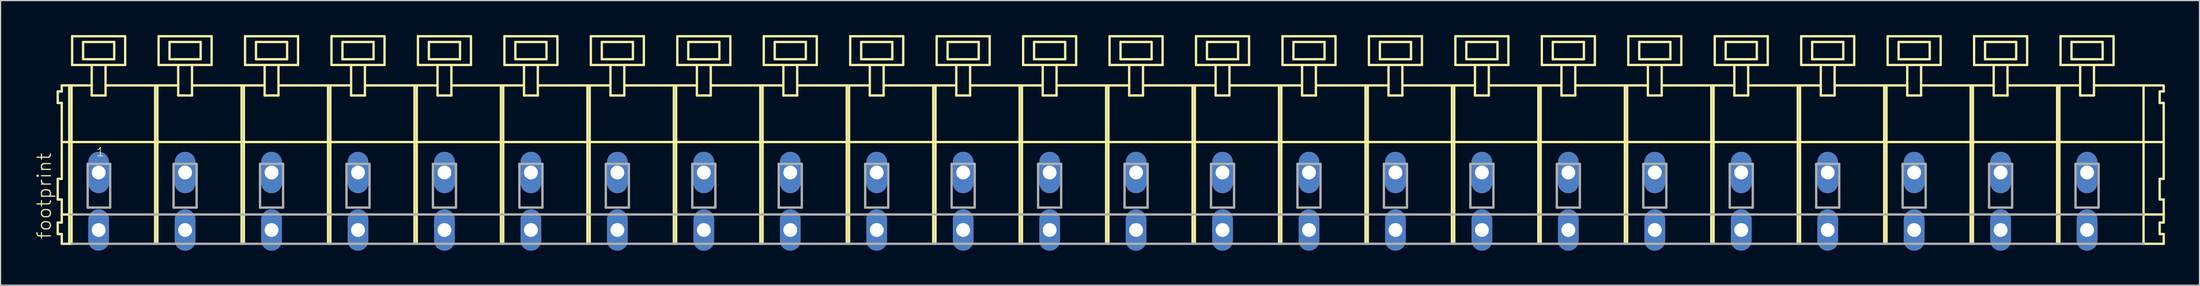
<source format=kicad_pcb>
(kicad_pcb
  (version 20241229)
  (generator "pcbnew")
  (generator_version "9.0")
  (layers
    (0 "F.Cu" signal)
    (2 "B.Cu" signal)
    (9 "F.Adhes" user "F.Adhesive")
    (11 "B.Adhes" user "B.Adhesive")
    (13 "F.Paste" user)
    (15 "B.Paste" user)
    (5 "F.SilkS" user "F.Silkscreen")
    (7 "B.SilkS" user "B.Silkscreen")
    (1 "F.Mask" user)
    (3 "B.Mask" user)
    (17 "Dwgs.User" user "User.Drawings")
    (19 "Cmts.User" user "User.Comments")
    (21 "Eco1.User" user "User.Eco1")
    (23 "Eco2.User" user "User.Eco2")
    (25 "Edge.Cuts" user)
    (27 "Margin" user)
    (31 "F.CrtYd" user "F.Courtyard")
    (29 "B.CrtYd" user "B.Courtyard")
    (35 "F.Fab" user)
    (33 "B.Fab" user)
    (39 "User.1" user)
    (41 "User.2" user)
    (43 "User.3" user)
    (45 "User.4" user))
  (footprint "footprint"
    (layer "F.Cu")
    (at 93.008 11.952)
    (property "Reference" "footprint" (at -91.535 5.855 90) (layer "F.SilkS") (effects (font (size 1.168 1.168) (thickness 0.102)) (justify left bottom)))
    (fp_line (start -91.05 -7.05) (end -91.05 -6.05) (stroke (width 0.203) (type solid)) (layer "F.SilkS"))
    (fp_line (start -91.05 -6.05) (end -90.7 -6.05) (stroke (width 0.203) (type solid)) (layer "F.SilkS"))
    (fp_line (start -91.05 0.55) (end -91.05 2.35) (stroke (width 0.203) (type solid)) (layer "F.SilkS"))
    (fp_line (start -91.05 2.35) (end -90.7 2.35) (stroke (width 0.203) (type solid)) (layer "F.SilkS"))
    (fp_line (start -91.05 4.35) (end -91.05 5.35) (stroke (width 0.203) (type solid)) (layer "F.SilkS"))
    (fp_line (start -91.05 5.35) (end -90.7 5.35) (stroke (width 0.203) (type solid)) (layer "F.SilkS"))
    (fp_line (start -90.7 -7.575) (end -90.7 -7.05) (stroke (width 0.203) (type solid)) (layer "F.SilkS"))
    (fp_line (start -90.7 -7.575) (end -88.125 -7.575) (stroke (width 0.203) (type solid)) (layer "F.SilkS"))
    (fp_line (start -90.7 -7.05) (end -91.05 -7.05) (stroke (width 0.203) (type solid)) (layer "F.SilkS"))
    (fp_line (start -90.7 -6.05) (end -90.7 0.55) (stroke (width 0.203) (type solid)) (layer "F.SilkS"))
    (fp_line (start -90.7 0.55) (end -91.05 0.55) (stroke (width 0.203) (type solid)) (layer "F.SilkS"))
    (fp_line (start -90.7 2.35) (end -90.7 4.35) (stroke (width 0.203) (type solid)) (layer "F.SilkS"))
    (fp_line (start -90.7 3.65) (end -90 3.65) (stroke (width 0.203) (type solid)) (layer "F.SilkS"))
    (fp_line (start -90.7 4.35) (end -91.05 4.35) (stroke (width 0.203) (type solid)) (layer "F.SilkS"))
    (fp_line (start -90.7 5.35) (end -90.7 6.2) (stroke (width 0.203) (type solid)) (layer "F.SilkS"))
    (fp_line (start -90.7 6.2) (end -90.05 6.2) (stroke (width 0.203) (type solid)) (layer "F.SilkS"))
    (fp_line (start -90.65 -2.65) (end 91.6 -2.65) (stroke (width 0.203) (type solid)) (layer "F.SilkS"))
    (fp_line (start -90.05 -7.55) (end -90.05 6.2) (stroke (width 0.203) (type solid)) (layer "F.SilkS"))
    (fp_line (start -90.05 6.2) (end -89.85 6.2) (stroke (width 0.203) (type solid)) (layer "F.SilkS"))
    (fp_line (start -89.85 -7.55) (end -89.85 6.2) (stroke (width 0.203) (type solid)) (layer "F.SilkS"))
    (fp_line (start -89.8 -11.85) (end -89.8 -9.35) (stroke (width 0.203) (type solid)) (layer "F.SilkS"))
    (fp_line (start -89.8 -9.35) (end -88.1 -9.35) (stroke (width 0.203) (type solid)) (layer "F.SilkS"))
    (fp_line (start -88.85 -11.35) (end -88.85 -9.85) (stroke (width 0.203) (type solid)) (layer "F.SilkS"))
    (fp_line (start -88.85 -9.85) (end -86.15 -9.85) (stroke (width 0.203) (type solid)) (layer "F.SilkS"))
    (fp_line (start -88.1 -9.35) (end -88.1 -6.7) (stroke (width 0.203) (type solid)) (layer "F.SilkS"))
    (fp_line (start -88.1 -9.35) (end -86.9 -9.35) (stroke (width 0.203) (type solid)) (layer "F.SilkS"))
    (fp_line (start -88.1 -6.7) (end -86.9 -6.7) (stroke (width 0.203) (type solid)) (layer "F.SilkS"))
    (fp_line (start -86.9 -9.35) (end -85.2 -9.35) (stroke (width 0.203) (type solid)) (layer "F.SilkS"))
    (fp_line (start -86.9 -6.7) (end -86.9 -9.35) (stroke (width 0.203) (type solid)) (layer "F.SilkS"))
    (fp_line (start -86.825 -7.575) (end -80.625 -7.575) (stroke (width 0.203) (type solid)) (layer "F.SilkS"))
    (fp_line (start -86.15 -11.35) (end -88.85 -11.35) (stroke (width 0.203) (type solid)) (layer "F.SilkS"))
    (fp_line (start -86.15 -9.85) (end -86.15 -11.35) (stroke (width 0.203) (type solid)) (layer "F.SilkS"))
    (fp_line (start -85.2 -11.85) (end -89.8 -11.85) (stroke (width 0.203) (type solid)) (layer "F.SilkS"))
    (fp_line (start -85.2 -9.35) (end -85.2 -11.85) (stroke (width 0.203) (type solid)) (layer "F.SilkS"))
    (fp_line (start -82.6 -7.55) (end -82.6 6.2) (stroke (width 0.203) (type solid)) (layer "F.SilkS"))
    (fp_line (start -82.4 -7.55) (end -82.4 6.2) (stroke (width 0.203) (type solid)) (layer "F.SilkS"))
    (fp_line (start -82.3 -11.85) (end -82.3 -9.35) (stroke (width 0.203) (type solid)) (layer "F.SilkS"))
    (fp_line (start -82.3 -9.35) (end -80.6 -9.35) (stroke (width 0.203) (type solid)) (layer "F.SilkS"))
    (fp_line (start -81.35 -11.35) (end -81.35 -9.85) (stroke (width 0.203) (type solid)) (layer "F.SilkS"))
    (fp_line (start -81.35 -9.85) (end -78.65 -9.85) (stroke (width 0.203) (type solid)) (layer "F.SilkS"))
    (fp_line (start -80.6 -9.35) (end -80.6 -6.7) (stroke (width 0.203) (type solid)) (layer "F.SilkS"))
    (fp_line (start -80.6 -9.35) (end -79.4 -9.35) (stroke (width 0.203) (type solid)) (layer "F.SilkS"))
    (fp_line (start -80.6 -6.7) (end -79.4 -6.7) (stroke (width 0.203) (type solid)) (layer "F.SilkS"))
    (fp_line (start -79.4 -9.35) (end -77.7 -9.35) (stroke (width 0.203) (type solid)) (layer "F.SilkS"))
    (fp_line (start -79.4 -6.7) (end -79.4 -9.35) (stroke (width 0.203) (type solid)) (layer "F.SilkS"))
    (fp_line (start -79.325 -7.575) (end -73.125 -7.575) (stroke (width 0.203) (type solid)) (layer "F.SilkS"))
    (fp_line (start -78.65 -11.35) (end -81.35 -11.35) (stroke (width 0.203) (type solid)) (layer "F.SilkS"))
    (fp_line (start -78.65 -9.85) (end -78.65 -11.35) (stroke (width 0.203) (type solid)) (layer "F.SilkS"))
    (fp_line (start -77.7 -11.85) (end -82.3 -11.85) (stroke (width 0.203) (type solid)) (layer "F.SilkS"))
    (fp_line (start -77.7 -9.35) (end -77.7 -11.85) (stroke (width 0.203) (type solid)) (layer "F.SilkS"))
    (fp_line (start -75.1 -7.55) (end -75.1 6.2) (stroke (width 0.203) (type solid)) (layer "F.SilkS"))
    (fp_line (start -74.9 -7.55) (end -74.9 6.2) (stroke (width 0.203) (type solid)) (layer "F.SilkS"))
    (fp_line (start -74.8 -11.85) (end -74.8 -9.35) (stroke (width 0.203) (type solid)) (layer "F.SilkS"))
    (fp_line (start -74.8 -9.35) (end -73.1 -9.35) (stroke (width 0.203) (type solid)) (layer "F.SilkS"))
    (fp_line (start -73.85 -11.35) (end -73.85 -9.85) (stroke (width 0.203) (type solid)) (layer "F.SilkS"))
    (fp_line (start -73.85 -9.85) (end -71.15 -9.85) (stroke (width 0.203) (type solid)) (layer "F.SilkS"))
    (fp_line (start -73.1 -9.35) (end -73.1 -6.7) (stroke (width 0.203) (type solid)) (layer "F.SilkS"))
    (fp_line (start -73.1 -9.35) (end -71.9 -9.35) (stroke (width 0.203) (type solid)) (layer "F.SilkS"))
    (fp_line (start -73.1 -6.7) (end -71.9 -6.7) (stroke (width 0.203) (type solid)) (layer "F.SilkS"))
    (fp_line (start -71.9 -9.35) (end -70.2 -9.35) (stroke (width 0.203) (type solid)) (layer "F.SilkS"))
    (fp_line (start -71.9 -6.7) (end -71.9 -9.35) (stroke (width 0.203) (type solid)) (layer "F.SilkS"))
    (fp_line (start -71.825 -7.575) (end -65.625 -7.575) (stroke (width 0.203) (type solid)) (layer "F.SilkS"))
    (fp_line (start -71.15 -11.35) (end -73.85 -11.35) (stroke (width 0.203) (type solid)) (layer "F.SilkS"))
    (fp_line (start -71.15 -9.85) (end -71.15 -11.35) (stroke (width 0.203) (type solid)) (layer "F.SilkS"))
    (fp_line (start -70.2 -11.85) (end -74.8 -11.85) (stroke (width 0.203) (type solid)) (layer "F.SilkS"))
    (fp_line (start -70.2 -9.35) (end -70.2 -11.85) (stroke (width 0.203) (type solid)) (layer "F.SilkS"))
    (fp_line (start -67.6 -7.55) (end -67.6 6.2) (stroke (width 0.203) (type solid)) (layer "F.SilkS"))
    (fp_line (start -67.4 -7.55) (end -67.4 6.2) (stroke (width 0.203) (type solid)) (layer "F.SilkS"))
    (fp_line (start -67.3 -11.85) (end -67.3 -9.35) (stroke (width 0.203) (type solid)) (layer "F.SilkS"))
    (fp_line (start -67.3 -9.35) (end -65.6 -9.35) (stroke (width 0.203) (type solid)) (layer "F.SilkS"))
    (fp_line (start -66.35 -11.35) (end -66.35 -9.85) (stroke (width 0.203) (type solid)) (layer "F.SilkS"))
    (fp_line (start -66.35 -9.85) (end -63.65 -9.85) (stroke (width 0.203) (type solid)) (layer "F.SilkS"))
    (fp_line (start -65.6 -9.35) (end -65.6 -6.7) (stroke (width 0.203) (type solid)) (layer "F.SilkS"))
    (fp_line (start -65.6 -9.35) (end -64.4 -9.35) (stroke (width 0.203) (type solid)) (layer "F.SilkS"))
    (fp_line (start -65.6 -6.7) (end -64.4 -6.7) (stroke (width 0.203) (type solid)) (layer "F.SilkS"))
    (fp_line (start -64.4 -9.35) (end -62.7 -9.35) (stroke (width 0.203) (type solid)) (layer "F.SilkS"))
    (fp_line (start -64.4 -6.7) (end -64.4 -9.35) (stroke (width 0.203) (type solid)) (layer "F.SilkS"))
    (fp_line (start -64.325 -7.575) (end -58.125 -7.575) (stroke (width 0.203) (type solid)) (layer "F.SilkS"))
    (fp_line (start -63.65 -11.35) (end -66.35 -11.35) (stroke (width 0.203) (type solid)) (layer "F.SilkS"))
    (fp_line (start -63.65 -9.85) (end -63.65 -11.35) (stroke (width 0.203) (type solid)) (layer "F.SilkS"))
    (fp_line (start -62.7 -11.85) (end -67.3 -11.85) (stroke (width 0.203) (type solid)) (layer "F.SilkS"))
    (fp_line (start -62.7 -9.35) (end -62.7 -11.85) (stroke (width 0.203) (type solid)) (layer "F.SilkS"))
    (fp_line (start -60.1 -7.55) (end -60.1 6.2) (stroke (width 0.203) (type solid)) (layer "F.SilkS"))
    (fp_line (start -59.9 -7.55) (end -59.9 6.2) (stroke (width 0.203) (type solid)) (layer "F.SilkS"))
    (fp_line (start -59.8 -11.85) (end -59.8 -9.35) (stroke (width 0.203) (type solid)) (layer "F.SilkS"))
    (fp_line (start -59.8 -9.35) (end -58.1 -9.35) (stroke (width 0.203) (type solid)) (layer "F.SilkS"))
    (fp_line (start -58.85 -11.35) (end -58.85 -9.85) (stroke (width 0.203) (type solid)) (layer "F.SilkS"))
    (fp_line (start -58.85 -9.85) (end -56.15 -9.85) (stroke (width 0.203) (type solid)) (layer "F.SilkS"))
    (fp_line (start -58.1 -9.35) (end -58.1 -6.7) (stroke (width 0.203) (type solid)) (layer "F.SilkS"))
    (fp_line (start -58.1 -9.35) (end -56.9 -9.35) (stroke (width 0.203) (type solid)) (layer "F.SilkS"))
    (fp_line (start -58.1 -6.7) (end -56.9 -6.7) (stroke (width 0.203) (type solid)) (layer "F.SilkS"))
    (fp_line (start -56.9 -9.35) (end -55.2 -9.35) (stroke (width 0.203) (type solid)) (layer "F.SilkS"))
    (fp_line (start -56.9 -6.7) (end -56.9 -9.35) (stroke (width 0.203) (type solid)) (layer "F.SilkS"))
    (fp_line (start -56.825 -7.575) (end -50.625 -7.575) (stroke (width 0.203) (type solid)) (layer "F.SilkS"))
    (fp_line (start -56.15 -11.35) (end -58.85 -11.35) (stroke (width 0.203) (type solid)) (layer "F.SilkS"))
    (fp_line (start -56.15 -9.85) (end -56.15 -11.35) (stroke (width 0.203) (type solid)) (layer "F.SilkS"))
    (fp_line (start -55.2 -11.85) (end -59.8 -11.85) (stroke (width 0.203) (type solid)) (layer "F.SilkS"))
    (fp_line (start -55.2 -9.35) (end -55.2 -11.85) (stroke (width 0.203) (type solid)) (layer "F.SilkS"))
    (fp_line (start -52.6 -7.55) (end -52.6 6.2) (stroke (width 0.203) (type solid)) (layer "F.SilkS"))
    (fp_line (start -52.4 -7.55) (end -52.4 6.2) (stroke (width 0.203) (type solid)) (layer "F.SilkS"))
    (fp_line (start -52.3 -11.85) (end -52.3 -9.35) (stroke (width 0.203) (type solid)) (layer "F.SilkS"))
    (fp_line (start -52.3 -9.35) (end -50.6 -9.35) (stroke (width 0.203) (type solid)) (layer "F.SilkS"))
    (fp_line (start -51.35 -11.35) (end -51.35 -9.85) (stroke (width 0.203) (type solid)) (layer "F.SilkS"))
    (fp_line (start -51.35 -9.85) (end -48.65 -9.85) (stroke (width 0.203) (type solid)) (layer "F.SilkS"))
    (fp_line (start -50.6 -9.35) (end -50.6 -6.7) (stroke (width 0.203) (type solid)) (layer "F.SilkS"))
    (fp_line (start -50.6 -9.35) (end -49.4 -9.35) (stroke (width 0.203) (type solid)) (layer "F.SilkS"))
    (fp_line (start -50.6 -6.7) (end -49.4 -6.7) (stroke (width 0.203) (type solid)) (layer "F.SilkS"))
    (fp_line (start -49.4 -9.35) (end -47.7 -9.35) (stroke (width 0.203) (type solid)) (layer "F.SilkS"))
    (fp_line (start -49.4 -6.7) (end -49.4 -9.35) (stroke (width 0.203) (type solid)) (layer "F.SilkS"))
    (fp_line (start -49.325 -7.575) (end -43.125 -7.575) (stroke (width 0.203) (type solid)) (layer "F.SilkS"))
    (fp_line (start -48.65 -11.35) (end -51.35 -11.35) (stroke (width 0.203) (type solid)) (layer "F.SilkS"))
    (fp_line (start -48.65 -9.85) (end -48.65 -11.35) (stroke (width 0.203) (type solid)) (layer "F.SilkS"))
    (fp_line (start -47.7 -11.85) (end -52.3 -11.85) (stroke (width 0.203) (type solid)) (layer "F.SilkS"))
    (fp_line (start -47.7 -9.35) (end -47.7 -11.85) (stroke (width 0.203) (type solid)) (layer "F.SilkS"))
    (fp_line (start -45.1 -7.55) (end -45.1 6.2) (stroke (width 0.203) (type solid)) (layer "F.SilkS"))
    (fp_line (start -44.9 -7.55) (end -44.9 6.2) (stroke (width 0.203) (type solid)) (layer "F.SilkS"))
    (fp_line (start -44.8 -11.85) (end -44.8 -9.35) (stroke (width 0.203) (type solid)) (layer "F.SilkS"))
    (fp_line (start -44.8 -9.35) (end -43.1 -9.35) (stroke (width 0.203) (type solid)) (layer "F.SilkS"))
    (fp_line (start -43.85 -11.35) (end -43.85 -9.85) (stroke (width 0.203) (type solid)) (layer "F.SilkS"))
    (fp_line (start -43.85 -9.85) (end -41.15 -9.85) (stroke (width 0.203) (type solid)) (layer "F.SilkS"))
    (fp_line (start -43.1 -9.35) (end -43.1 -6.7) (stroke (width 0.203) (type solid)) (layer "F.SilkS"))
    (fp_line (start -43.1 -9.35) (end -41.9 -9.35) (stroke (width 0.203) (type solid)) (layer "F.SilkS"))
    (fp_line (start -43.1 -6.7) (end -41.9 -6.7) (stroke (width 0.203) (type solid)) (layer "F.SilkS"))
    (fp_line (start -41.9 -9.35) (end -40.2 -9.35) (stroke (width 0.203) (type solid)) (layer "F.SilkS"))
    (fp_line (start -41.9 -6.7) (end -41.9 -9.35) (stroke (width 0.203) (type solid)) (layer "F.SilkS"))
    (fp_line (start -41.825 -7.575) (end -35.625 -7.575) (stroke (width 0.203) (type solid)) (layer "F.SilkS"))
    (fp_line (start -41.15 -11.35) (end -43.85 -11.35) (stroke (width 0.203) (type solid)) (layer "F.SilkS"))
    (fp_line (start -41.15 -9.85) (end -41.15 -11.35) (stroke (width 0.203) (type solid)) (layer "F.SilkS"))
    (fp_line (start -40.2 -11.85) (end -44.8 -11.85) (stroke (width 0.203) (type solid)) (layer "F.SilkS"))
    (fp_line (start -40.2 -9.35) (end -40.2 -11.85) (stroke (width 0.203) (type solid)) (layer "F.SilkS"))
    (fp_line (start -37.6 -7.55) (end -37.6 6.2) (stroke (width 0.203) (type solid)) (layer "F.SilkS"))
    (fp_line (start -37.4 -7.55) (end -37.4 6.2) (stroke (width 0.203) (type solid)) (layer "F.SilkS"))
    (fp_line (start -37.3 -11.85) (end -37.3 -9.35) (stroke (width 0.203) (type solid)) (layer "F.SilkS"))
    (fp_line (start -37.3 -9.35) (end -35.6 -9.35) (stroke (width 0.203) (type solid)) (layer "F.SilkS"))
    (fp_line (start -36.35 -11.35) (end -36.35 -9.85) (stroke (width 0.203) (type solid)) (layer "F.SilkS"))
    (fp_line (start -36.35 -9.85) (end -33.65 -9.85) (stroke (width 0.203) (type solid)) (layer "F.SilkS"))
    (fp_line (start -35.6 -9.35) (end -35.6 -6.7) (stroke (width 0.203) (type solid)) (layer "F.SilkS"))
    (fp_line (start -35.6 -9.35) (end -34.4 -9.35) (stroke (width 0.203) (type solid)) (layer "F.SilkS"))
    (fp_line (start -35.6 -6.7) (end -34.4 -6.7) (stroke (width 0.203) (type solid)) (layer "F.SilkS"))
    (fp_line (start -34.4 -9.35) (end -32.7 -9.35) (stroke (width 0.203) (type solid)) (layer "F.SilkS"))
    (fp_line (start -34.4 -6.7) (end -34.4 -9.35) (stroke (width 0.203) (type solid)) (layer "F.SilkS"))
    (fp_line (start -34.325 -7.575) (end -28.125 -7.575) (stroke (width 0.203) (type solid)) (layer "F.SilkS"))
    (fp_line (start -33.65 -11.35) (end -36.35 -11.35) (stroke (width 0.203) (type solid)) (layer "F.SilkS"))
    (fp_line (start -33.65 -9.85) (end -33.65 -11.35) (stroke (width 0.203) (type solid)) (layer "F.SilkS"))
    (fp_line (start -32.7 -11.85) (end -37.3 -11.85) (stroke (width 0.203) (type solid)) (layer "F.SilkS"))
    (fp_line (start -32.7 -9.35) (end -32.7 -11.85) (stroke (width 0.203) (type solid)) (layer "F.SilkS"))
    (fp_line (start -30.1 -7.55) (end -30.1 6.2) (stroke (width 0.203) (type solid)) (layer "F.SilkS"))
    (fp_line (start -29.9 -7.55) (end -29.9 6.2) (stroke (width 0.203) (type solid)) (layer "F.SilkS"))
    (fp_line (start -29.8 -11.85) (end -29.8 -9.35) (stroke (width 0.203) (type solid)) (layer "F.SilkS"))
    (fp_line (start -29.8 -9.35) (end -28.1 -9.35) (stroke (width 0.203) (type solid)) (layer "F.SilkS"))
    (fp_line (start -28.85 -11.35) (end -28.85 -9.85) (stroke (width 0.203) (type solid)) (layer "F.SilkS"))
    (fp_line (start -28.85 -9.85) (end -26.15 -9.85) (stroke (width 0.203) (type solid)) (layer "F.SilkS"))
    (fp_line (start -28.1 -9.35) (end -28.1 -6.7) (stroke (width 0.203) (type solid)) (layer "F.SilkS"))
    (fp_line (start -28.1 -9.35) (end -26.9 -9.35) (stroke (width 0.203) (type solid)) (layer "F.SilkS"))
    (fp_line (start -28.1 -6.7) (end -26.9 -6.7) (stroke (width 0.203) (type solid)) (layer "F.SilkS"))
    (fp_line (start -26.9 -9.35) (end -25.2 -9.35) (stroke (width 0.203) (type solid)) (layer "F.SilkS"))
    (fp_line (start -26.9 -6.7) (end -26.9 -9.35) (stroke (width 0.203) (type solid)) (layer "F.SilkS"))
    (fp_line (start -26.825 -7.575) (end -20.625 -7.575) (stroke (width 0.203) (type solid)) (layer "F.SilkS"))
    (fp_line (start -26.15 -11.35) (end -28.85 -11.35) (stroke (width 0.203) (type solid)) (layer "F.SilkS"))
    (fp_line (start -26.15 -9.85) (end -26.15 -11.35) (stroke (width 0.203) (type solid)) (layer "F.SilkS"))
    (fp_line (start -25.2 -11.85) (end -29.8 -11.85) (stroke (width 0.203) (type solid)) (layer "F.SilkS"))
    (fp_line (start -25.2 -9.35) (end -25.2 -11.85) (stroke (width 0.203) (type solid)) (layer "F.SilkS"))
    (fp_line (start -22.6 -7.55) (end -22.6 6.2) (stroke (width 0.203) (type solid)) (layer "F.SilkS"))
    (fp_line (start -22.4 -7.55) (end -22.4 6.2) (stroke (width 0.203) (type solid)) (layer "F.SilkS"))
    (fp_line (start -22.3 -11.85) (end -22.3 -9.35) (stroke (width 0.203) (type solid)) (layer "F.SilkS"))
    (fp_line (start -22.3 -9.35) (end -20.6 -9.35) (stroke (width 0.203) (type solid)) (layer "F.SilkS"))
    (fp_line (start -21.35 -11.35) (end -21.35 -9.85) (stroke (width 0.203) (type solid)) (layer "F.SilkS"))
    (fp_line (start -21.35 -9.85) (end -18.65 -9.85) (stroke (width 0.203) (type solid)) (layer "F.SilkS"))
    (fp_line (start -20.6 -9.35) (end -20.6 -6.7) (stroke (width 0.203) (type solid)) (layer "F.SilkS"))
    (fp_line (start -20.6 -9.35) (end -19.4 -9.35) (stroke (width 0.203) (type solid)) (layer "F.SilkS"))
    (fp_line (start -20.6 -6.7) (end -19.4 -6.7) (stroke (width 0.203) (type solid)) (layer "F.SilkS"))
    (fp_line (start -19.4 -9.35) (end -17.7 -9.35) (stroke (width 0.203) (type solid)) (layer "F.SilkS"))
    (fp_line (start -19.4 -6.7) (end -19.4 -9.35) (stroke (width 0.203) (type solid)) (layer "F.SilkS"))
    (fp_line (start -19.325 -7.575) (end -13.125 -7.575) (stroke (width 0.203) (type solid)) (layer "F.SilkS"))
    (fp_line (start -18.65 -11.35) (end -21.35 -11.35) (stroke (width 0.203) (type solid)) (layer "F.SilkS"))
    (fp_line (start -18.65 -9.85) (end -18.65 -11.35) (stroke (width 0.203) (type solid)) (layer "F.SilkS"))
    (fp_line (start -17.7 -11.85) (end -22.3 -11.85) (stroke (width 0.203) (type solid)) (layer "F.SilkS"))
    (fp_line (start -17.7 -9.35) (end -17.7 -11.85) (stroke (width 0.203) (type solid)) (layer "F.SilkS"))
    (fp_line (start -15.1 -7.55) (end -15.1 6.2) (stroke (width 0.203) (type solid)) (layer "F.SilkS"))
    (fp_line (start -14.9 -7.55) (end -14.9 6.2) (stroke (width 0.203) (type solid)) (layer "F.SilkS"))
    (fp_line (start -14.8 -11.85) (end -14.8 -9.35) (stroke (width 0.203) (type solid)) (layer "F.SilkS"))
    (fp_line (start -14.8 -9.35) (end -13.1 -9.35) (stroke (width 0.203) (type solid)) (layer "F.SilkS"))
    (fp_line (start -13.85 -11.35) (end -13.85 -9.85) (stroke (width 0.203) (type solid)) (layer "F.SilkS"))
    (fp_line (start -13.85 -9.85) (end -11.15 -9.85) (stroke (width 0.203) (type solid)) (layer "F.SilkS"))
    (fp_line (start -13.1 -9.35) (end -13.1 -6.7) (stroke (width 0.203) (type solid)) (layer "F.SilkS"))
    (fp_line (start -13.1 -9.35) (end -11.9 -9.35) (stroke (width 0.203) (type solid)) (layer "F.SilkS"))
    (fp_line (start -13.1 -6.7) (end -11.9 -6.7) (stroke (width 0.203) (type solid)) (layer "F.SilkS"))
    (fp_line (start -11.9 -9.35) (end -10.2 -9.35) (stroke (width 0.203) (type solid)) (layer "F.SilkS"))
    (fp_line (start -11.9 -6.7) (end -11.9 -9.35) (stroke (width 0.203) (type solid)) (layer "F.SilkS"))
    (fp_line (start -11.825 -7.575) (end -5.625 -7.575) (stroke (width 0.203) (type solid)) (layer "F.SilkS"))
    (fp_line (start -11.15 -11.35) (end -13.85 -11.35) (stroke (width 0.203) (type solid)) (layer "F.SilkS"))
    (fp_line (start -11.15 -9.85) (end -11.15 -11.35) (stroke (width 0.203) (type solid)) (layer "F.SilkS"))
    (fp_line (start -10.2 -11.85) (end -14.8 -11.85) (stroke (width 0.203) (type solid)) (layer "F.SilkS"))
    (fp_line (start -10.2 -9.35) (end -10.2 -11.85) (stroke (width 0.203) (type solid)) (layer "F.SilkS"))
    (fp_line (start -7.6 -7.55) (end -7.6 6.2) (stroke (width 0.203) (type solid)) (layer "F.SilkS"))
    (fp_line (start -7.4 -7.55) (end -7.4 6.2) (stroke (width 0.203) (type solid)) (layer "F.SilkS"))
    (fp_line (start -7.3 -11.85) (end -7.3 -9.35) (stroke (width 0.203) (type solid)) (layer "F.SilkS"))
    (fp_line (start -7.3 -9.35) (end -5.6 -9.35) (stroke (width 0.203) (type solid)) (layer "F.SilkS"))
    (fp_line (start -6.35 -11.35) (end -6.35 -9.85) (stroke (width 0.203) (type solid)) (layer "F.SilkS"))
    (fp_line (start -6.35 -9.85) (end -3.65 -9.85) (stroke (width 0.203) (type solid)) (layer "F.SilkS"))
    (fp_line (start -5.6 -9.35) (end -5.6 -6.7) (stroke (width 0.203) (type solid)) (layer "F.SilkS"))
    (fp_line (start -5.6 -9.35) (end -4.4 -9.35) (stroke (width 0.203) (type solid)) (layer "F.SilkS"))
    (fp_line (start -5.6 -6.7) (end -4.4 -6.7) (stroke (width 0.203) (type solid)) (layer "F.SilkS"))
    (fp_line (start -4.4 -9.35) (end -2.7 -9.35) (stroke (width 0.203) (type solid)) (layer "F.SilkS"))
    (fp_line (start -4.4 -6.7) (end -4.4 -9.35) (stroke (width 0.203) (type solid)) (layer "F.SilkS"))
    (fp_line (start -4.325 -7.575) (end 1.875 -7.575) (stroke (width 0.203) (type solid)) (layer "F.SilkS"))
    (fp_line (start -3.65 -11.35) (end -6.35 -11.35) (stroke (width 0.203) (type solid)) (layer "F.SilkS"))
    (fp_line (start -3.65 -9.85) (end -3.65 -11.35) (stroke (width 0.203) (type solid)) (layer "F.SilkS"))
    (fp_line (start -2.7 -11.85) (end -7.3 -11.85) (stroke (width 0.203) (type solid)) (layer "F.SilkS"))
    (fp_line (start -2.7 -9.35) (end -2.7 -11.85) (stroke (width 0.203) (type solid)) (layer "F.SilkS"))
    (fp_line (start -0.1 -7.55) (end -0.1 6.2) (stroke (width 0.203) (type solid)) (layer "F.SilkS"))
    (fp_line (start 0.1 -7.55) (end 0.1 6.2) (stroke (width 0.203) (type solid)) (layer "F.SilkS"))
    (fp_line (start 0.2 -11.85) (end 0.2 -9.35) (stroke (width 0.203) (type solid)) (layer "F.SilkS"))
    (fp_line (start 0.2 -9.35) (end 1.9 -9.35) (stroke (width 0.203) (type solid)) (layer "F.SilkS"))
    (fp_line (start 1.15 -11.35) (end 1.15 -9.85) (stroke (width 0.203) (type solid)) (layer "F.SilkS"))
    (fp_line (start 1.15 -9.85) (end 3.85 -9.85) (stroke (width 0.203) (type solid)) (layer "F.SilkS"))
    (fp_line (start 1.9 -9.35) (end 1.9 -6.7) (stroke (width 0.203) (type solid)) (layer "F.SilkS"))
    (fp_line (start 1.9 -9.35) (end 3.1 -9.35) (stroke (width 0.203) (type solid)) (layer "F.SilkS"))
    (fp_line (start 1.9 -6.7) (end 3.1 -6.7) (stroke (width 0.203) (type solid)) (layer "F.SilkS"))
    (fp_line (start 3.1 -9.35) (end 4.8 -9.35) (stroke (width 0.203) (type solid)) (layer "F.SilkS"))
    (fp_line (start 3.1 -6.7) (end 3.1 -9.35) (stroke (width 0.203) (type solid)) (layer "F.SilkS"))
    (fp_line (start 3.175 -7.575) (end 9.375 -7.575) (stroke (width 0.203) (type solid)) (layer "F.SilkS"))
    (fp_line (start 3.85 -11.35) (end 1.15 -11.35) (stroke (width 0.203) (type solid)) (layer "F.SilkS"))
    (fp_line (start 3.85 -9.85) (end 3.85 -11.35) (stroke (width 0.203) (type solid)) (layer "F.SilkS"))
    (fp_line (start 4.8 -11.85) (end 0.2 -11.85) (stroke (width 0.203) (type solid)) (layer "F.SilkS"))
    (fp_line (start 4.8 -9.35) (end 4.8 -11.85) (stroke (width 0.203) (type solid)) (layer "F.SilkS"))
    (fp_line (start 7.4 -7.55) (end 7.4 6.2) (stroke (width 0.203) (type solid)) (layer "F.SilkS"))
    (fp_line (start 7.6 -7.55) (end 7.6 6.2) (stroke (width 0.203) (type solid)) (layer "F.SilkS"))
    (fp_line (start 7.7 -11.85) (end 7.7 -9.35) (stroke (width 0.203) (type solid)) (layer "F.SilkS"))
    (fp_line (start 7.7 -9.35) (end 9.4 -9.35) (stroke (width 0.203) (type solid)) (layer "F.SilkS"))
    (fp_line (start 8.65 -11.35) (end 8.65 -9.85) (stroke (width 0.203) (type solid)) (layer "F.SilkS"))
    (fp_line (start 8.65 -9.85) (end 11.35 -9.85) (stroke (width 0.203) (type solid)) (layer "F.SilkS"))
    (fp_line (start 9.4 -9.35) (end 9.4 -6.7) (stroke (width 0.203) (type solid)) (layer "F.SilkS"))
    (fp_line (start 9.4 -9.35) (end 10.6 -9.35) (stroke (width 0.203) (type solid)) (layer "F.SilkS"))
    (fp_line (start 9.4 -6.7) (end 10.6 -6.7) (stroke (width 0.203) (type solid)) (layer "F.SilkS"))
    (fp_line (start 10.6 -9.35) (end 12.3 -9.35) (stroke (width 0.203) (type solid)) (layer "F.SilkS"))
    (fp_line (start 10.6 -6.7) (end 10.6 -9.35) (stroke (width 0.203) (type solid)) (layer "F.SilkS"))
    (fp_line (start 10.675 -7.575) (end 16.875 -7.575) (stroke (width 0.203) (type solid)) (layer "F.SilkS"))
    (fp_line (start 11.35 -11.35) (end 8.65 -11.35) (stroke (width 0.203) (type solid)) (layer "F.SilkS"))
    (fp_line (start 11.35 -9.85) (end 11.35 -11.35) (stroke (width 0.203) (type solid)) (layer "F.SilkS"))
    (fp_line (start 12.3 -11.85) (end 7.7 -11.85) (stroke (width 0.203) (type solid)) (layer "F.SilkS"))
    (fp_line (start 12.3 -9.35) (end 12.3 -11.85) (stroke (width 0.203) (type solid)) (layer "F.SilkS"))
    (fp_line (start 14.9 -7.55) (end 14.9 6.2) (stroke (width 0.203) (type solid)) (layer "F.SilkS"))
    (fp_line (start 15.1 -7.55) (end 15.1 6.2) (stroke (width 0.203) (type solid)) (layer "F.SilkS"))
    (fp_line (start 15.2 -11.85) (end 15.2 -9.35) (stroke (width 0.203) (type solid)) (layer "F.SilkS"))
    (fp_line (start 15.2 -9.35) (end 16.9 -9.35) (stroke (width 0.203) (type solid)) (layer "F.SilkS"))
    (fp_line (start 16.15 -11.35) (end 16.15 -9.85) (stroke (width 0.203) (type solid)) (layer "F.SilkS"))
    (fp_line (start 16.15 -9.85) (end 18.85 -9.85) (stroke (width 0.203) (type solid)) (layer "F.SilkS"))
    (fp_line (start 16.9 -9.35) (end 16.9 -6.7) (stroke (width 0.203) (type solid)) (layer "F.SilkS"))
    (fp_line (start 16.9 -9.35) (end 18.1 -9.35) (stroke (width 0.203) (type solid)) (layer "F.SilkS"))
    (fp_line (start 16.9 -6.7) (end 18.1 -6.7) (stroke (width 0.203) (type solid)) (layer "F.SilkS"))
    (fp_line (start 18.1 -9.35) (end 19.8 -9.35) (stroke (width 0.203) (type solid)) (layer "F.SilkS"))
    (fp_line (start 18.1 -6.7) (end 18.1 -9.35) (stroke (width 0.203) (type solid)) (layer "F.SilkS"))
    (fp_line (start 18.175 -7.575) (end 24.375 -7.575) (stroke (width 0.203) (type solid)) (layer "F.SilkS"))
    (fp_line (start 18.85 -11.35) (end 16.15 -11.35) (stroke (width 0.203) (type solid)) (layer "F.SilkS"))
    (fp_line (start 18.85 -9.85) (end 18.85 -11.35) (stroke (width 0.203) (type solid)) (layer "F.SilkS"))
    (fp_line (start 19.8 -11.85) (end 15.2 -11.85) (stroke (width 0.203) (type solid)) (layer "F.SilkS"))
    (fp_line (start 19.8 -9.35) (end 19.8 -11.85) (stroke (width 0.203) (type solid)) (layer "F.SilkS"))
    (fp_line (start 22.4 -7.55) (end 22.4 6.2) (stroke (width 0.203) (type solid)) (layer "F.SilkS"))
    (fp_line (start 22.6 -7.55) (end 22.6 6.2) (stroke (width 0.203) (type solid)) (layer "F.SilkS"))
    (fp_line (start 22.7 -11.85) (end 22.7 -9.35) (stroke (width 0.203) (type solid)) (layer "F.SilkS"))
    (fp_line (start 22.7 -9.35) (end 24.4 -9.35) (stroke (width 0.203) (type solid)) (layer "F.SilkS"))
    (fp_line (start 23.65 -11.35) (end 23.65 -9.85) (stroke (width 0.203) (type solid)) (layer "F.SilkS"))
    (fp_line (start 23.65 -9.85) (end 26.35 -9.85) (stroke (width 0.203) (type solid)) (layer "F.SilkS"))
    (fp_line (start 24.4 -9.35) (end 24.4 -6.7) (stroke (width 0.203) (type solid)) (layer "F.SilkS"))
    (fp_line (start 24.4 -9.35) (end 25.6 -9.35) (stroke (width 0.203) (type solid)) (layer "F.SilkS"))
    (fp_line (start 24.4 -6.7) (end 25.6 -6.7) (stroke (width 0.203) (type solid)) (layer "F.SilkS"))
    (fp_line (start 25.6 -9.35) (end 27.3 -9.35) (stroke (width 0.203) (type solid)) (layer "F.SilkS"))
    (fp_line (start 25.6 -6.7) (end 25.6 -9.35) (stroke (width 0.203) (type solid)) (layer "F.SilkS"))
    (fp_line (start 25.675 -7.575) (end 31.875 -7.575) (stroke (width 0.203) (type solid)) (layer "F.SilkS"))
    (fp_line (start 26.35 -11.35) (end 23.65 -11.35) (stroke (width 0.203) (type solid)) (layer "F.SilkS"))
    (fp_line (start 26.35 -9.85) (end 26.35 -11.35) (stroke (width 0.203) (type solid)) (layer "F.SilkS"))
    (fp_line (start 27.3 -11.85) (end 22.7 -11.85) (stroke (width 0.203) (type solid)) (layer "F.SilkS"))
    (fp_line (start 27.3 -9.35) (end 27.3 -11.85) (stroke (width 0.203) (type solid)) (layer "F.SilkS"))
    (fp_line (start 29.9 -7.55) (end 29.9 6.2) (stroke (width 0.203) (type solid)) (layer "F.SilkS"))
    (fp_line (start 30.1 -7.55) (end 30.1 6.2) (stroke (width 0.203) (type solid)) (layer "F.SilkS"))
    (fp_line (start 30.2 -11.85) (end 30.2 -9.35) (stroke (width 0.203) (type solid)) (layer "F.SilkS"))
    (fp_line (start 30.2 -9.35) (end 31.9 -9.35) (stroke (width 0.203) (type solid)) (layer "F.SilkS"))
    (fp_line (start 31.15 -11.35) (end 31.15 -9.85) (stroke (width 0.203) (type solid)) (layer "F.SilkS"))
    (fp_line (start 31.15 -9.85) (end 33.85 -9.85) (stroke (width 0.203) (type solid)) (layer "F.SilkS"))
    (fp_line (start 31.9 -9.35) (end 31.9 -6.7) (stroke (width 0.203) (type solid)) (layer "F.SilkS"))
    (fp_line (start 31.9 -9.35) (end 33.1 -9.35) (stroke (width 0.203) (type solid)) (layer "F.SilkS"))
    (fp_line (start 31.9 -6.7) (end 33.1 -6.7) (stroke (width 0.203) (type solid)) (layer "F.SilkS"))
    (fp_line (start 33.1 -9.35) (end 34.8 -9.35) (stroke (width 0.203) (type solid)) (layer "F.SilkS"))
    (fp_line (start 33.1 -6.7) (end 33.1 -9.35) (stroke (width 0.203) (type solid)) (layer "F.SilkS"))
    (fp_line (start 33.175 -7.575) (end 39.375 -7.575) (stroke (width 0.203) (type solid)) (layer "F.SilkS"))
    (fp_line (start 33.85 -11.35) (end 31.15 -11.35) (stroke (width 0.203) (type solid)) (layer "F.SilkS"))
    (fp_line (start 33.85 -9.85) (end 33.85 -11.35) (stroke (width 0.203) (type solid)) (layer "F.SilkS"))
    (fp_line (start 34.8 -11.85) (end 30.2 -11.85) (stroke (width 0.203) (type solid)) (layer "F.SilkS"))
    (fp_line (start 34.8 -9.35) (end 34.8 -11.85) (stroke (width 0.203) (type solid)) (layer "F.SilkS"))
    (fp_line (start 37.4 -7.55) (end 37.4 6.2) (stroke (width 0.203) (type solid)) (layer "F.SilkS"))
    (fp_line (start 37.6 -7.55) (end 37.6 6.2) (stroke (width 0.203) (type solid)) (layer "F.SilkS"))
    (fp_line (start 37.7 -11.85) (end 37.7 -9.35) (stroke (width 0.203) (type solid)) (layer "F.SilkS"))
    (fp_line (start 37.7 -9.35) (end 39.4 -9.35) (stroke (width 0.203) (type solid)) (layer "F.SilkS"))
    (fp_line (start 38.65 -11.35) (end 38.65 -9.85) (stroke (width 0.203) (type solid)) (layer "F.SilkS"))
    (fp_line (start 38.65 -9.85) (end 41.35 -9.85) (stroke (width 0.203) (type solid)) (layer "F.SilkS"))
    (fp_line (start 39.4 -9.35) (end 39.4 -6.7) (stroke (width 0.203) (type solid)) (layer "F.SilkS"))
    (fp_line (start 39.4 -9.35) (end 40.6 -9.35) (stroke (width 0.203) (type solid)) (layer "F.SilkS"))
    (fp_line (start 39.4 -6.7) (end 40.6 -6.7) (stroke (width 0.203) (type solid)) (layer "F.SilkS"))
    (fp_line (start 40.6 -9.35) (end 42.3 -9.35) (stroke (width 0.203) (type solid)) (layer "F.SilkS"))
    (fp_line (start 40.6 -6.7) (end 40.6 -9.35) (stroke (width 0.203) (type solid)) (layer "F.SilkS"))
    (fp_line (start 40.675 -7.575) (end 46.875 -7.575) (stroke (width 0.203) (type solid)) (layer "F.SilkS"))
    (fp_line (start 41.35 -11.35) (end 38.65 -11.35) (stroke (width 0.203) (type solid)) (layer "F.SilkS"))
    (fp_line (start 41.35 -9.85) (end 41.35 -11.35) (stroke (width 0.203) (type solid)) (layer "F.SilkS"))
    (fp_line (start 42.3 -11.85) (end 37.7 -11.85) (stroke (width 0.203) (type solid)) (layer "F.SilkS"))
    (fp_line (start 42.3 -9.35) (end 42.3 -11.85) (stroke (width 0.203) (type solid)) (layer "F.SilkS"))
    (fp_line (start 44.9 -7.55) (end 44.9 6.2) (stroke (width 0.203) (type solid)) (layer "F.SilkS"))
    (fp_line (start 45.1 -7.55) (end 45.1 6.2) (stroke (width 0.203) (type solid)) (layer "F.SilkS"))
    (fp_line (start 45.2 -11.85) (end 45.2 -9.35) (stroke (width 0.203) (type solid)) (layer "F.SilkS"))
    (fp_line (start 45.2 -9.35) (end 46.9 -9.35) (stroke (width 0.203) (type solid)) (layer "F.SilkS"))
    (fp_line (start 46.15 -11.35) (end 46.15 -9.85) (stroke (width 0.203) (type solid)) (layer "F.SilkS"))
    (fp_line (start 46.15 -9.85) (end 48.85 -9.85) (stroke (width 0.203) (type solid)) (layer "F.SilkS"))
    (fp_line (start 46.9 -9.35) (end 46.9 -6.7) (stroke (width 0.203) (type solid)) (layer "F.SilkS"))
    (fp_line (start 46.9 -9.35) (end 48.1 -9.35) (stroke (width 0.203) (type solid)) (layer "F.SilkS"))
    (fp_line (start 46.9 -6.7) (end 48.1 -6.7) (stroke (width 0.203) (type solid)) (layer "F.SilkS"))
    (fp_line (start 48.1 -9.35) (end 49.8 -9.35) (stroke (width 0.203) (type solid)) (layer "F.SilkS"))
    (fp_line (start 48.1 -6.7) (end 48.1 -9.35) (stroke (width 0.203) (type solid)) (layer "F.SilkS"))
    (fp_line (start 48.175 -7.575) (end 54.375 -7.575) (stroke (width 0.203) (type solid)) (layer "F.SilkS"))
    (fp_line (start 48.85 -11.35) (end 46.15 -11.35) (stroke (width 0.203) (type solid)) (layer "F.SilkS"))
    (fp_line (start 48.85 -9.85) (end 48.85 -11.35) (stroke (width 0.203) (type solid)) (layer "F.SilkS"))
    (fp_line (start 49.8 -11.85) (end 45.2 -11.85) (stroke (width 0.203) (type solid)) (layer "F.SilkS"))
    (fp_line (start 49.8 -9.35) (end 49.8 -11.85) (stroke (width 0.203) (type solid)) (layer "F.SilkS"))
    (fp_line (start 52.4 -7.55) (end 52.4 6.2) (stroke (width 0.203) (type solid)) (layer "F.SilkS"))
    (fp_line (start 52.6 -7.55) (end 52.6 6.2) (stroke (width 0.203) (type solid)) (layer "F.SilkS"))
    (fp_line (start 52.7 -11.85) (end 52.7 -9.35) (stroke (width 0.203) (type solid)) (layer "F.SilkS"))
    (fp_line (start 52.7 -9.35) (end 54.4 -9.35) (stroke (width 0.203) (type solid)) (layer "F.SilkS"))
    (fp_line (start 53.65 -11.35) (end 53.65 -9.85) (stroke (width 0.203) (type solid)) (layer "F.SilkS"))
    (fp_line (start 53.65 -9.85) (end 56.35 -9.85) (stroke (width 0.203) (type solid)) (layer "F.SilkS"))
    (fp_line (start 54.4 -9.35) (end 54.4 -6.7) (stroke (width 0.203) (type solid)) (layer "F.SilkS"))
    (fp_line (start 54.4 -9.35) (end 55.6 -9.35) (stroke (width 0.203) (type solid)) (layer "F.SilkS"))
    (fp_line (start 54.4 -6.7) (end 55.6 -6.7) (stroke (width 0.203) (type solid)) (layer "F.SilkS"))
    (fp_line (start 55.6 -9.35) (end 57.3 -9.35) (stroke (width 0.203) (type solid)) (layer "F.SilkS"))
    (fp_line (start 55.6 -6.7) (end 55.6 -9.35) (stroke (width 0.203) (type solid)) (layer "F.SilkS"))
    (fp_line (start 55.675 -7.575) (end 61.875 -7.575) (stroke (width 0.203) (type solid)) (layer "F.SilkS"))
    (fp_line (start 56.35 -11.35) (end 53.65 -11.35) (stroke (width 0.203) (type solid)) (layer "F.SilkS"))
    (fp_line (start 56.35 -9.85) (end 56.35 -11.35) (stroke (width 0.203) (type solid)) (layer "F.SilkS"))
    (fp_line (start 57.3 -11.85) (end 52.7 -11.85) (stroke (width 0.203) (type solid)) (layer "F.SilkS"))
    (fp_line (start 57.3 -9.35) (end 57.3 -11.85) (stroke (width 0.203) (type solid)) (layer "F.SilkS"))
    (fp_line (start 59.9 -7.55) (end 59.9 6.2) (stroke (width 0.203) (type solid)) (layer "F.SilkS"))
    (fp_line (start 60.1 -7.55) (end 60.1 6.2) (stroke (width 0.203) (type solid)) (layer "F.SilkS"))
    (fp_line (start 60.2 -11.85) (end 60.2 -9.35) (stroke (width 0.203) (type solid)) (layer "F.SilkS"))
    (fp_line (start 60.2 -9.35) (end 61.9 -9.35) (stroke (width 0.203) (type solid)) (layer "F.SilkS"))
    (fp_line (start 61.15 -11.35) (end 61.15 -9.85) (stroke (width 0.203) (type solid)) (layer "F.SilkS"))
    (fp_line (start 61.15 -9.85) (end 63.85 -9.85) (stroke (width 0.203) (type solid)) (layer "F.SilkS"))
    (fp_line (start 61.9 -9.35) (end 61.9 -6.7) (stroke (width 0.203) (type solid)) (layer "F.SilkS"))
    (fp_line (start 61.9 -9.35) (end 63.1 -9.35) (stroke (width 0.203) (type solid)) (layer "F.SilkS"))
    (fp_line (start 61.9 -6.7) (end 63.1 -6.7) (stroke (width 0.203) (type solid)) (layer "F.SilkS"))
    (fp_line (start 63.1 -9.35) (end 64.8 -9.35) (stroke (width 0.203) (type solid)) (layer "F.SilkS"))
    (fp_line (start 63.1 -6.7) (end 63.1 -9.35) (stroke (width 0.203) (type solid)) (layer "F.SilkS"))
    (fp_line (start 63.175 -7.575) (end 69.375 -7.575) (stroke (width 0.203) (type solid)) (layer "F.SilkS"))
    (fp_line (start 63.85 -11.35) (end 61.15 -11.35) (stroke (width 0.203) (type solid)) (layer "F.SilkS"))
    (fp_line (start 63.85 -9.85) (end 63.85 -11.35) (stroke (width 0.203) (type solid)) (layer "F.SilkS"))
    (fp_line (start 64.8 -11.85) (end 60.2 -11.85) (stroke (width 0.203) (type solid)) (layer "F.SilkS"))
    (fp_line (start 64.8 -9.35) (end 64.8 -11.85) (stroke (width 0.203) (type solid)) (layer "F.SilkS"))
    (fp_line (start 67.4 -7.55) (end 67.4 6.2) (stroke (width 0.203) (type solid)) (layer "F.SilkS"))
    (fp_line (start 67.6 -7.55) (end 67.6 6.2) (stroke (width 0.203) (type solid)) (layer "F.SilkS"))
    (fp_line (start 67.7 -11.85) (end 67.7 -9.35) (stroke (width 0.203) (type solid)) (layer "F.SilkS"))
    (fp_line (start 67.7 -9.35) (end 69.4 -9.35) (stroke (width 0.203) (type solid)) (layer "F.SilkS"))
    (fp_line (start 68.65 -11.35) (end 68.65 -9.85) (stroke (width 0.203) (type solid)) (layer "F.SilkS"))
    (fp_line (start 68.65 -9.85) (end 71.35 -9.85) (stroke (width 0.203) (type solid)) (layer "F.SilkS"))
    (fp_line (start 69.4 -9.35) (end 69.4 -6.7) (stroke (width 0.203) (type solid)) (layer "F.SilkS"))
    (fp_line (start 69.4 -9.35) (end 70.6 -9.35) (stroke (width 0.203) (type solid)) (layer "F.SilkS"))
    (fp_line (start 69.4 -6.7) (end 70.6 -6.7) (stroke (width 0.203) (type solid)) (layer "F.SilkS"))
    (fp_line (start 70.6 -9.35) (end 72.3 -9.35) (stroke (width 0.203) (type solid)) (layer "F.SilkS"))
    (fp_line (start 70.6 -6.7) (end 70.6 -9.35) (stroke (width 0.203) (type solid)) (layer "F.SilkS"))
    (fp_line (start 70.675 -7.575) (end 76.875 -7.575) (stroke (width 0.203) (type solid)) (layer "F.SilkS"))
    (fp_line (start 71.35 -11.35) (end 68.65 -11.35) (stroke (width 0.203) (type solid)) (layer "F.SilkS"))
    (fp_line (start 71.35 -9.85) (end 71.35 -11.35) (stroke (width 0.203) (type solid)) (layer "F.SilkS"))
    (fp_line (start 72.3 -11.85) (end 67.7 -11.85) (stroke (width 0.203) (type solid)) (layer "F.SilkS"))
    (fp_line (start 72.3 -9.35) (end 72.3 -11.85) (stroke (width 0.203) (type solid)) (layer "F.SilkS"))
    (fp_line (start 74.9 -7.55) (end 74.9 6.2) (stroke (width 0.203) (type solid)) (layer "F.SilkS"))
    (fp_line (start 75.1 -7.55) (end 75.1 6.2) (stroke (width 0.203) (type solid)) (layer "F.SilkS"))
    (fp_line (start 75.2 -11.85) (end 75.2 -9.35) (stroke (width 0.203) (type solid)) (layer "F.SilkS"))
    (fp_line (start 75.2 -9.35) (end 76.9 -9.35) (stroke (width 0.203) (type solid)) (layer "F.SilkS"))
    (fp_line (start 76.15 -11.35) (end 76.15 -9.85) (stroke (width 0.203) (type solid)) (layer "F.SilkS"))
    (fp_line (start 76.15 -9.85) (end 78.85 -9.85) (stroke (width 0.203) (type solid)) (layer "F.SilkS"))
    (fp_line (start 76.9 -9.35) (end 76.9 -6.7) (stroke (width 0.203) (type solid)) (layer "F.SilkS"))
    (fp_line (start 76.9 -9.35) (end 78.1 -9.35) (stroke (width 0.203) (type solid)) (layer "F.SilkS"))
    (fp_line (start 76.9 -6.7) (end 78.1 -6.7) (stroke (width 0.203) (type solid)) (layer "F.SilkS"))
    (fp_line (start 78.1 -9.35) (end 79.8 -9.35) (stroke (width 0.203) (type solid)) (layer "F.SilkS"))
    (fp_line (start 78.1 -6.7) (end 78.1 -9.35) (stroke (width 0.203) (type solid)) (layer "F.SilkS"))
    (fp_line (start 78.175 -7.575) (end 84.375 -7.575) (stroke (width 0.203) (type solid)) (layer "F.SilkS"))
    (fp_line (start 78.85 -11.35) (end 76.15 -11.35) (stroke (width 0.203) (type solid)) (layer "F.SilkS"))
    (fp_line (start 78.85 -9.85) (end 78.85 -11.35) (stroke (width 0.203) (type solid)) (layer "F.SilkS"))
    (fp_line (start 79.8 -11.85) (end 75.2 -11.85) (stroke (width 0.203) (type solid)) (layer "F.SilkS"))
    (fp_line (start 79.8 -9.35) (end 79.8 -11.85) (stroke (width 0.203) (type solid)) (layer "F.SilkS"))
    (fp_line (start 82.4 -7.55) (end 82.4 6.2) (stroke (width 0.203) (type solid)) (layer "F.SilkS"))
    (fp_line (start 82.6 -7.55) (end 82.6 6.2) (stroke (width 0.203) (type solid)) (layer "F.SilkS"))
    (fp_line (start 82.7 -11.85) (end 82.7 -9.35) (stroke (width 0.203) (type solid)) (layer "F.SilkS"))
    (fp_line (start 82.7 -9.35) (end 84.4 -9.35) (stroke (width 0.203) (type solid)) (layer "F.SilkS"))
    (fp_line (start 83.65 -11.35) (end 83.65 -9.85) (stroke (width 0.203) (type solid)) (layer "F.SilkS"))
    (fp_line (start 83.65 -9.85) (end 86.35 -9.85) (stroke (width 0.203) (type solid)) (layer "F.SilkS"))
    (fp_line (start 84.4 -9.35) (end 84.4 -6.7) (stroke (width 0.203) (type solid)) (layer "F.SilkS"))
    (fp_line (start 84.4 -9.35) (end 85.6 -9.35) (stroke (width 0.203) (type solid)) (layer "F.SilkS"))
    (fp_line (start 84.4 -6.7) (end 85.6 -6.7) (stroke (width 0.203) (type solid)) (layer "F.SilkS"))
    (fp_line (start 85.6 -9.35) (end 87.3 -9.35) (stroke (width 0.203) (type solid)) (layer "F.SilkS"))
    (fp_line (start 85.6 -6.7) (end 85.6 -9.35) (stroke (width 0.203) (type solid)) (layer "F.SilkS"))
    (fp_line (start 85.625 -7.575) (end 91.625 -7.575) (stroke (width 0.203) (type solid)) (layer "F.SilkS"))
    (fp_line (start 86.35 -11.35) (end 83.65 -11.35) (stroke (width 0.203) (type solid)) (layer "F.SilkS"))
    (fp_line (start 86.35 -9.85) (end 86.35 -11.35) (stroke (width 0.203) (type solid)) (layer "F.SilkS"))
    (fp_line (start 87.3 -11.85) (end 82.7 -11.85) (stroke (width 0.203) (type solid)) (layer "F.SilkS"))
    (fp_line (start 87.3 -9.35) (end 87.3 -11.85) (stroke (width 0.203) (type solid)) (layer "F.SilkS"))
    (fp_line (start 89.9 -7.55) (end 89.9 6.2) (stroke (width 0.203) (type solid)) (layer "F.SilkS"))
    (fp_line (start 89.9 6.2) (end 91.65 6.2) (stroke (width 0.203) (type solid)) (layer "F.SilkS"))
    (fp_line (start 89.95 3.65) (end 91.65 3.65) (stroke (width 0.203) (type solid)) (layer "F.SilkS"))
    (fp_line (start 91.3 -7.05) (end 91.3 -6.05) (stroke (width 0.203) (type solid)) (layer "F.SilkS"))
    (fp_line (start 91.3 -6.05) (end 91.65 -6.05) (stroke (width 0.203) (type solid)) (layer "F.SilkS"))
    (fp_line (start 91.3 0.55) (end 91.3 2.35) (stroke (width 0.203) (type solid)) (layer "F.SilkS"))
    (fp_line (start 91.3 2.35) (end 91.65 2.35) (stroke (width 0.203) (type solid)) (layer "F.SilkS"))
    (fp_line (start 91.3 4.35) (end 91.3 5.35) (stroke (width 0.203) (type solid)) (layer "F.SilkS"))
    (fp_line (start 91.3 5.35) (end 91.65 5.35) (stroke (width 0.203) (type solid)) (layer "F.SilkS"))
    (fp_line (start 91.65 -7.05) (end 91.3 -7.05) (stroke (width 0.203) (type solid)) (layer "F.SilkS"))
    (fp_line (start 91.65 -7.05) (end 91.65 -7.55) (stroke (width 0.203) (type solid)) (layer "F.SilkS"))
    (fp_line (start 91.65 0.55) (end 91.3 0.55) (stroke (width 0.203) (type solid)) (layer "F.SilkS"))
    (fp_line (start 91.65 0.55) (end 91.65 -6.05) (stroke (width 0.203) (type solid)) (layer "F.SilkS"))
    (fp_line (start 91.65 3.65) (end 91.65 2.35) (stroke (width 0.203) (type solid)) (layer "F.SilkS"))
    (fp_line (start 91.65 4.35) (end 91.3 4.35) (stroke (width 0.203) (type solid)) (layer "F.SilkS"))
    (fp_line (start 91.65 4.35) (end 91.65 3.65) (stroke (width 0.203) (type solid)) (layer "F.SilkS"))
    (fp_line (start 91.65 6.2) (end 91.65 5.35) (stroke (width 0.203) (type solid)) (layer "F.SilkS"))
    (fp_line (start -90 3.65) (end 89.9 3.65) (stroke (width 0.203) (type solid)) (layer "F.Fab"))
    (fp_line (start -89.85 6.2) (end 89.9 6.2) (stroke (width 0.203) (type solid)) (layer "F.Fab"))
    (fp_line (start -88.45 -0.75) (end -88.45 3.05) (stroke (width 0.203) (type solid)) (layer "F.Fab"))
    (fp_line (start -88.45 3.05) (end -86.5 3.05) (stroke (width 0.203) (type solid)) (layer "F.Fab"))
    (fp_line (start -86.5 -0.75) (end -88.45 -0.75) (stroke (width 0.203) (type solid)) (layer "F.Fab"))
    (fp_line (start -86.5 3.05) (end -86.5 -0.75) (stroke (width 0.203) (type solid)) (layer "F.Fab"))
    (fp_line (start -81 -0.75) (end -81 3.05) (stroke (width 0.203) (type solid)) (layer "F.Fab"))
    (fp_line (start -81 3.05) (end -79 3.05) (stroke (width 0.203) (type solid)) (layer "F.Fab"))
    (fp_line (start -79 -0.75) (end -81 -0.75) (stroke (width 0.203) (type solid)) (layer "F.Fab"))
    (fp_line (start -79 3.05) (end -79 -0.75) (stroke (width 0.203) (type solid)) (layer "F.Fab"))
    (fp_line (start -73.5 -0.75) (end -73.5 3.05) (stroke (width 0.203) (type solid)) (layer "F.Fab"))
    (fp_line (start -73.5 3.05) (end -71.5 3.05) (stroke (width 0.203) (type solid)) (layer "F.Fab"))
    (fp_line (start -71.5 -0.75) (end -73.5 -0.75) (stroke (width 0.203) (type solid)) (layer "F.Fab"))
    (fp_line (start -71.5 3.05) (end -71.5 -0.75) (stroke (width 0.203) (type solid)) (layer "F.Fab"))
    (fp_line (start -66 -0.75) (end -66 3.05) (stroke (width 0.203) (type solid)) (layer "F.Fab"))
    (fp_line (start -66 3.05) (end -64 3.05) (stroke (width 0.203) (type solid)) (layer "F.Fab"))
    (fp_line (start -64 -0.75) (end -66 -0.75) (stroke (width 0.203) (type solid)) (layer "F.Fab"))
    (fp_line (start -64 3.05) (end -64 -0.75) (stroke (width 0.203) (type solid)) (layer "F.Fab"))
    (fp_line (start -58.5 -0.75) (end -58.5 3.05) (stroke (width 0.203) (type solid)) (layer "F.Fab"))
    (fp_line (start -58.5 3.05) (end -56.5 3.05) (stroke (width 0.203) (type solid)) (layer "F.Fab"))
    (fp_line (start -56.5 -0.75) (end -58.5 -0.75) (stroke (width 0.203) (type solid)) (layer "F.Fab"))
    (fp_line (start -56.5 3.05) (end -56.5 -0.75) (stroke (width 0.203) (type solid)) (layer "F.Fab"))
    (fp_line (start -51 -0.75) (end -51 3.05) (stroke (width 0.203) (type solid)) (layer "F.Fab"))
    (fp_line (start -51 3.05) (end -49 3.05) (stroke (width 0.203) (type solid)) (layer "F.Fab"))
    (fp_line (start -49 -0.75) (end -51 -0.75) (stroke (width 0.203) (type solid)) (layer "F.Fab"))
    (fp_line (start -49 3.05) (end -49 -0.75) (stroke (width 0.203) (type solid)) (layer "F.Fab"))
    (fp_line (start -43.5 -0.75) (end -43.5 3.05) (stroke (width 0.203) (type solid)) (layer "F.Fab"))
    (fp_line (start -43.5 3.05) (end -41.5 3.05) (stroke (width 0.203) (type solid)) (layer "F.Fab"))
    (fp_line (start -41.5 -0.75) (end -43.5 -0.75) (stroke (width 0.203) (type solid)) (layer "F.Fab"))
    (fp_line (start -41.5 3.05) (end -41.5 -0.75) (stroke (width 0.203) (type solid)) (layer "F.Fab"))
    (fp_line (start -36 -0.75) (end -36 3.05) (stroke (width 0.203) (type solid)) (layer "F.Fab"))
    (fp_line (start -36 3.05) (end -34 3.05) (stroke (width 0.203) (type solid)) (layer "F.Fab"))
    (fp_line (start -34 -0.75) (end -36 -0.75) (stroke (width 0.203) (type solid)) (layer "F.Fab"))
    (fp_line (start -34 3.05) (end -34 -0.75) (stroke (width 0.203) (type solid)) (layer "F.Fab"))
    (fp_line (start -28.5 -0.75) (end -28.5 3.05) (stroke (width 0.203) (type solid)) (layer "F.Fab"))
    (fp_line (start -28.5 3.05) (end -26.5 3.05) (stroke (width 0.203) (type solid)) (layer "F.Fab"))
    (fp_line (start -26.5 -0.75) (end -28.5 -0.75) (stroke (width 0.203) (type solid)) (layer "F.Fab"))
    (fp_line (start -26.5 3.05) (end -26.5 -0.75) (stroke (width 0.203) (type solid)) (layer "F.Fab"))
    (fp_line (start -21 -0.75) (end -21 3.05) (stroke (width 0.203) (type solid)) (layer "F.Fab"))
    (fp_line (start -21 3.05) (end -19 3.05) (stroke (width 0.203) (type solid)) (layer "F.Fab"))
    (fp_line (start -19 -0.75) (end -21 -0.75) (stroke (width 0.203) (type solid)) (layer "F.Fab"))
    (fp_line (start -19 3.05) (end -19 -0.75) (stroke (width 0.203) (type solid)) (layer "F.Fab"))
    (fp_line (start -13.5 -0.75) (end -13.5 3.05) (stroke (width 0.203) (type solid)) (layer "F.Fab"))
    (fp_line (start -13.5 3.05) (end -11.5 3.05) (stroke (width 0.203) (type solid)) (layer "F.Fab"))
    (fp_line (start -11.5 -0.75) (end -13.5 -0.75) (stroke (width 0.203) (type solid)) (layer "F.Fab"))
    (fp_line (start -11.5 3.05) (end -11.5 -0.75) (stroke (width 0.203) (type solid)) (layer "F.Fab"))
    (fp_line (start -6 -0.75) (end -6 3.05) (stroke (width 0.203) (type solid)) (layer "F.Fab"))
    (fp_line (start -6 3.05) (end -4 3.05) (stroke (width 0.203) (type solid)) (layer "F.Fab"))
    (fp_line (start -4 -0.75) (end -6 -0.75) (stroke (width 0.203) (type solid)) (layer "F.Fab"))
    (fp_line (start -4 3.05) (end -4 -0.75) (stroke (width 0.203) (type solid)) (layer "F.Fab"))
    (fp_line (start 1.5 -0.75) (end 1.5 3.05) (stroke (width 0.203) (type solid)) (layer "F.Fab"))
    (fp_line (start 1.5 3.05) (end 3.5 3.05) (stroke (width 0.203) (type solid)) (layer "F.Fab"))
    (fp_line (start 3.5 -0.75) (end 1.5 -0.75) (stroke (width 0.203) (type solid)) (layer "F.Fab"))
    (fp_line (start 3.5 3.05) (end 3.5 -0.75) (stroke (width 0.203) (type solid)) (layer "F.Fab"))
    (fp_line (start 9 -0.75) (end 9 3.05) (stroke (width 0.203) (type solid)) (layer "F.Fab"))
    (fp_line (start 9 3.05) (end 11 3.05) (stroke (width 0.203) (type solid)) (layer "F.Fab"))
    (fp_line (start 11 -0.75) (end 9 -0.75) (stroke (width 0.203) (type solid)) (layer "F.Fab"))
    (fp_line (start 11 3.05) (end 11 -0.75) (stroke (width 0.203) (type solid)) (layer "F.Fab"))
    (fp_line (start 16.5 -0.75) (end 16.5 3.05) (stroke (width 0.203) (type solid)) (layer "F.Fab"))
    (fp_line (start 16.5 3.05) (end 18.5 3.05) (stroke (width 0.203) (type solid)) (layer "F.Fab"))
    (fp_line (start 18.5 -0.75) (end 16.5 -0.75) (stroke (width 0.203) (type solid)) (layer "F.Fab"))
    (fp_line (start 18.5 3.05) (end 18.5 -0.75) (stroke (width 0.203) (type solid)) (layer "F.Fab"))
    (fp_line (start 24 -0.75) (end 24 3.05) (stroke (width 0.203) (type solid)) (layer "F.Fab"))
    (fp_line (start 24 3.05) (end 26 3.05) (stroke (width 0.203) (type solid)) (layer "F.Fab"))
    (fp_line (start 26 -0.75) (end 24 -0.75) (stroke (width 0.203) (type solid)) (layer "F.Fab"))
    (fp_line (start 26 3.05) (end 26 -0.75) (stroke (width 0.203) (type solid)) (layer "F.Fab"))
    (fp_line (start 31.5 -0.75) (end 31.5 3.05) (stroke (width 0.203) (type solid)) (layer "F.Fab"))
    (fp_line (start 31.5 3.05) (end 33.5 3.05) (stroke (width 0.203) (type solid)) (layer "F.Fab"))
    (fp_line (start 33.5 -0.75) (end 31.5 -0.75) (stroke (width 0.203) (type solid)) (layer "F.Fab"))
    (fp_line (start 33.5 3.05) (end 33.5 -0.75) (stroke (width 0.203) (type solid)) (layer "F.Fab"))
    (fp_line (start 39 -0.75) (end 39 3.05) (stroke (width 0.203) (type solid)) (layer "F.Fab"))
    (fp_line (start 39 3.05) (end 41 3.05) (stroke (width 0.203) (type solid)) (layer "F.Fab"))
    (fp_line (start 41 -0.75) (end 39 -0.75) (stroke (width 0.203) (type solid)) (layer "F.Fab"))
    (fp_line (start 41 3.05) (end 41 -0.75) (stroke (width 0.203) (type solid)) (layer "F.Fab"))
    (fp_line (start 46.5 -0.75) (end 46.5 3.05) (stroke (width 0.203) (type solid)) (layer "F.Fab"))
    (fp_line (start 46.5 3.05) (end 48.5 3.05) (stroke (width 0.203) (type solid)) (layer "F.Fab"))
    (fp_line (start 48.5 -0.75) (end 46.5 -0.75) (stroke (width 0.203) (type solid)) (layer "F.Fab"))
    (fp_line (start 48.5 3.05) (end 48.5 -0.75) (stroke (width 0.203) (type solid)) (layer "F.Fab"))
    (fp_line (start 54 -0.75) (end 54 3.05) (stroke (width 0.203) (type solid)) (layer "F.Fab"))
    (fp_line (start 54 3.05) (end 56 3.05) (stroke (width 0.203) (type solid)) (layer "F.Fab"))
    (fp_line (start 56 -0.75) (end 54 -0.75) (stroke (width 0.203) (type solid)) (layer "F.Fab"))
    (fp_line (start 56 3.05) (end 56 -0.75) (stroke (width 0.203) (type solid)) (layer "F.Fab"))
    (fp_line (start 61.5 -0.75) (end 61.5 3.05) (stroke (width 0.203) (type solid)) (layer "F.Fab"))
    (fp_line (start 61.5 3.05) (end 63.5 3.05) (stroke (width 0.203) (type solid)) (layer "F.Fab"))
    (fp_line (start 63.5 -0.75) (end 61.5 -0.75) (stroke (width 0.203) (type solid)) (layer "F.Fab"))
    (fp_line (start 63.5 3.05) (end 63.5 -0.75) (stroke (width 0.203) (type solid)) (layer "F.Fab"))
    (fp_line (start 69 -0.75) (end 69 3.05) (stroke (width 0.203) (type solid)) (layer "F.Fab"))
    (fp_line (start 69 3.05) (end 71 3.05) (stroke (width 0.203) (type solid)) (layer "F.Fab"))
    (fp_line (start 71 -0.75) (end 69 -0.75) (stroke (width 0.203) (type solid)) (layer "F.Fab"))
    (fp_line (start 71 3.05) (end 71 -0.75) (stroke (width 0.203) (type solid)) (layer "F.Fab"))
    (fp_line (start 76.5 -0.75) (end 76.5 3.05) (stroke (width 0.203) (type solid)) (layer "F.Fab"))
    (fp_line (start 76.5 3.05) (end 78.5 3.05) (stroke (width 0.203) (type solid)) (layer "F.Fab"))
    (fp_line (start 78.5 -0.75) (end 76.5 -0.75) (stroke (width 0.203) (type solid)) (layer "F.Fab"))
    (fp_line (start 78.5 3.05) (end 78.5 -0.75) (stroke (width 0.203) (type solid)) (layer "F.Fab"))
    (fp_line (start 84 -0.75) (end 84 3.05) (stroke (width 0.203) (type solid)) (layer "F.Fab"))
    (fp_line (start 84 3.05) (end 86 3.05) (stroke (width 0.203) (type solid)) (layer "F.Fab"))
    (fp_line (start 86 -0.75) (end 84 -0.75) (stroke (width 0.203) (type solid)) (layer "F.Fab"))
    (fp_line (start 86 3.05) (end 86 -0.75) (stroke (width 0.203) (type solid)) (layer "F.Fab"))
    (fp_text user "1" (at -87.75 -1.35 0) (layer "F.SilkS") (effects (font (size 0.748 0.748) (thickness 0.065)) (justify left bottom)))
    (pad "A1" thru_hole oval (at -87.5 0 90) (size 3.6 1.8) (drill 1.2) (layers "*.Cu" "*.Mask"))
    (pad "A2" thru_hole oval (at -80 0 90) (size 3.6 1.8) (drill 1.2) (layers "*.Cu" "*.Mask"))
    (pad "A3" thru_hole oval (at -72.5 0 90) (size 3.6 1.8) (drill 1.2) (layers "*.Cu" "*.Mask"))
    (pad "A4" thru_hole oval (at -65 0 90) (size 3.6 1.8) (drill 1.2) (layers "*.Cu" "*.Mask"))
    (pad "A5" thru_hole oval (at -57.5 0 90) (size 3.6 1.8) (drill 1.2) (layers "*.Cu" "*.Mask"))
    (pad "A6" thru_hole oval (at -50 0 90) (size 3.6 1.8) (drill 1.2) (layers "*.Cu" "*.Mask"))
    (pad "A7" thru_hole oval (at -42.5 0 90) (size 3.6 1.8) (drill 1.2) (layers "*.Cu" "*.Mask"))
    (pad "A8" thru_hole oval (at -35 0 90) (size 3.6 1.8) (drill 1.2) (layers "*.Cu" "*.Mask"))
    (pad "A9" thru_hole oval (at -27.5 0 90) (size 3.6 1.8) (drill 1.2) (layers "*.Cu" "*.Mask"))
    (pad "A10" thru_hole oval (at -20 0 90) (size 3.6 1.8) (drill 1.2) (layers "*.Cu" "*.Mask"))
    (pad "A11" thru_hole oval (at -12.5 0 90) (size 3.6 1.8) (drill 1.2) (layers "*.Cu" "*.Mask"))
    (pad "A12" thru_hole oval (at -5 0 90) (size 3.6 1.8) (drill 1.2) (layers "*.Cu" "*.Mask"))
    (pad "A13" thru_hole oval (at 2.5 0 90) (size 3.6 1.8) (drill 1.2) (layers "*.Cu" "*.Mask"))
    (pad "A14" thru_hole oval (at 10 0 90) (size 3.6 1.8) (drill 1.2) (layers "*.Cu" "*.Mask"))
    (pad "A15" thru_hole oval (at 17.5 0 90) (size 3.6 1.8) (drill 1.2) (layers "*.Cu" "*.Mask"))
    (pad "A16" thru_hole oval (at 25 0 90) (size 3.6 1.8) (drill 1.2) (layers "*.Cu" "*.Mask"))
    (pad "A17" thru_hole oval (at 32.5 0 90) (size 3.6 1.8) (drill 1.2) (layers "*.Cu" "*.Mask"))
    (pad "A18" thru_hole oval (at 40 0 90) (size 3.6 1.8) (drill 1.2) (layers "*.Cu" "*.Mask"))
    (pad "A19" thru_hole oval (at 47.5 0 90) (size 3.6 1.8) (drill 1.2) (layers "*.Cu" "*.Mask"))
    (pad "A20" thru_hole oval (at 55 0 90) (size 3.6 1.8) (drill 1.2) (layers "*.Cu" "*.Mask"))
    (pad "A21" thru_hole oval (at 62.5 0 90) (size 3.6 1.8) (drill 1.2) (layers "*.Cu" "*.Mask"))
    (pad "A22" thru_hole oval (at 70 0 90) (size 3.6 1.8) (drill 1.2) (layers "*.Cu" "*.Mask"))
    (pad "A23" thru_hole oval (at 77.5 0 90) (size 3.6 1.8) (drill 1.2) (layers "*.Cu" "*.Mask"))
    (pad "A24" thru_hole oval (at 85 0 90) (size 3.6 1.8) (drill 1.2) (layers "*.Cu" "*.Mask"))
    (pad "B1" thru_hole oval (at -87.5 5 90) (size 3.6 1.8) (drill 1.2) (layers "*.Cu" "*.Mask"))
    (pad "B2" thru_hole oval (at -80 5 90) (size 3.6 1.8) (drill 1.2) (layers "*.Cu" "*.Mask"))
    (pad "B3" thru_hole oval (at -72.5 5 90) (size 3.6 1.8) (drill 1.2) (layers "*.Cu" "*.Mask"))
    (pad "B4" thru_hole oval (at -65 5 90) (size 3.6 1.8) (drill 1.2) (layers "*.Cu" "*.Mask"))
    (pad "B5" thru_hole oval (at -57.5 5 90) (size 3.6 1.8) (drill 1.2) (layers "*.Cu" "*.Mask"))
    (pad "B6" thru_hole oval (at -50 5 90) (size 3.6 1.8) (drill 1.2) (layers "*.Cu" "*.Mask"))
    (pad "B7" thru_hole oval (at -42.5 5 90) (size 3.6 1.8) (drill 1.2) (layers "*.Cu" "*.Mask"))
    (pad "B8" thru_hole oval (at -35 5 90) (size 3.6 1.8) (drill 1.2) (layers "*.Cu" "*.Mask"))
    (pad "B9" thru_hole oval (at -27.5 5 90) (size 3.6 1.8) (drill 1.2) (layers "*.Cu" "*.Mask"))
    (pad "B10" thru_hole oval (at -20 5 90) (size 3.6 1.8) (drill 1.2) (layers "*.Cu" "*.Mask"))
    (pad "B11" thru_hole oval (at -12.5 5 90) (size 3.6 1.8) (drill 1.2) (layers "*.Cu" "*.Mask"))
    (pad "B12" thru_hole oval (at -5 5 90) (size 3.6 1.8) (drill 1.2) (layers "*.Cu" "*.Mask"))
    (pad "B13" thru_hole oval (at 2.5 5 90) (size 3.6 1.8) (drill 1.2) (layers "*.Cu" "*.Mask"))
    (pad "B14" thru_hole oval (at 10 5 90) (size 3.6 1.8) (drill 1.2) (layers "*.Cu" "*.Mask"))
    (pad "B15" thru_hole oval (at 17.5 5 90) (size 3.6 1.8) (drill 1.2) (layers "*.Cu" "*.Mask"))
    (pad "B16" thru_hole oval (at 25 5 90) (size 3.6 1.8) (drill 1.2) (layers "*.Cu" "*.Mask"))
    (pad "B17" thru_hole oval (at 32.5 5 90) (size 3.6 1.8) (drill 1.2) (layers "*.Cu" "*.Mask"))
    (pad "B18" thru_hole oval (at 40 5 90) (size 3.6 1.8) (drill 1.2) (layers "*.Cu" "*.Mask"))
    (pad "B19" thru_hole oval (at 47.5 5 90) (size 3.6 1.8) (drill 1.2) (layers "*.Cu" "*.Mask"))
    (pad "B20" thru_hole oval (at 55 5 90) (size 3.6 1.8) (drill 1.2) (layers "*.Cu" "*.Mask"))
    (pad "B21" thru_hole oval (at 62.5 5 90) (size 3.6 1.8) (drill 1.2) (layers "*.Cu" "*.Mask"))
    (pad "B22" thru_hole oval (at 70 5 90) (size 3.6 1.8) (drill 1.2) (layers "*.Cu" "*.Mask"))
    (pad "B23" thru_hole oval (at 77.5 5 90) (size 3.6 1.8) (drill 1.2) (layers "*.Cu" "*.Mask"))
    (pad "B24" thru_hole oval (at 85 5 90) (size 3.6 1.8) (drill 1.2) (layers "*.Cu" "*.Mask")))
  (gr_rect
    (start -3 -3)
    (end 187.76 21.752)
    (stroke (width 0.1) (type default))
    (fill no)
    (layer "Edge.Cuts")))
</source>
